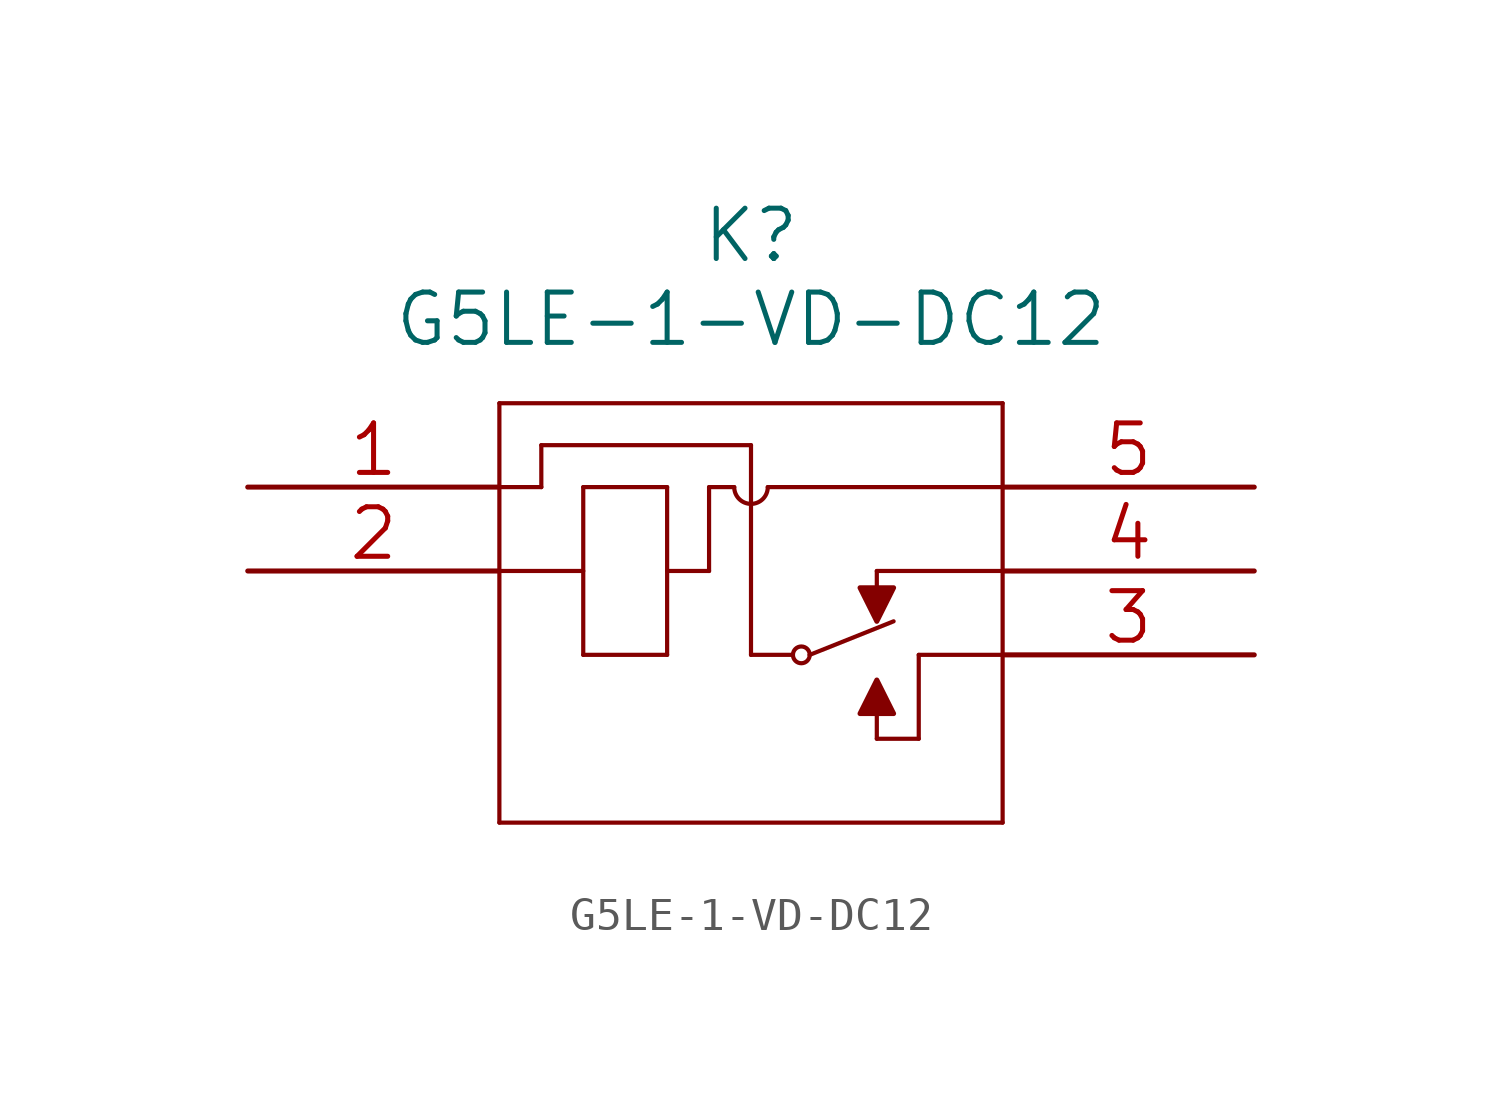
<source format=kicad_sym>
(kicad_symbol_lib
  (version 20211014)
  (generator kicad_symbol_editor)
  (symbol "G5LE-1-VD-DC12"
    (pin_names
      (offset 0.254) hide)
    (property "Reference" "K"
      (at 15.24 7.62 0)
      (effects (font (size 1.524 1.524))))
    (property "Value" "G5LE-1-VD-DC12"
      (at 15.24 5.08 0)
      (effects (font (size 1.524 1.524))))
    (property "Datasheet" ""
      (at 0 0 0)
      (effects (font (size 1.524 1.524))))
    (property "ki_locked" ""
      (at 0 0 0)
      (effects (font (size 1.27 1.27))))
    (symbol "G5LE-1-VD-DC12_1_1"
      (polyline (pts (xy 7.62 -10.16) (xy 22.86 -10.16)) (stroke (width 0.127) (type default) (color 0 0 0 0)) (fill (type none)))
      (polyline (pts (xy 7.62 -2.54) (xy 10.16 -2.54)) (stroke (width 0.127) (type default) (color 0 0 0 0)) (fill (type none)))
      (polyline (pts (xy 7.62 0) (xy 8.89 0)) (stroke (width 0.127) (type default) (color 0 0 0 0)) (fill (type none)))
      (polyline (pts (xy 7.62 2.54) (xy 7.62 -10.16)) (stroke (width 0.127) (type default) (color 0 0 0 0)) (fill (type none)))
      (polyline (pts (xy 8.89 0) (xy 8.89 1.27)) (stroke (width 0.127) (type default) (color 0 0 0 0)) (fill (type none)))
      (polyline (pts (xy 8.89 1.27) (xy 15.24 1.27)) (stroke (width 0.127) (type default) (color 0 0 0 0)) (fill (type none)))
      (polyline (pts (xy 10.16 -5.08) (xy 12.7 -5.08)) (stroke (width 0.127) (type default) (color 0 0 0 0)) (fill (type none)))
      (polyline (pts (xy 10.16 0) (xy 10.16 -5.08)) (stroke (width 0.127) (type default) (color 0 0 0 0)) (fill (type none)))
      (polyline (pts (xy 12.7 -5.08) (xy 12.7 0)) (stroke (width 0.127) (type default) (color 0 0 0 0)) (fill (type none)))
      (polyline (pts (xy 12.7 -2.54) (xy 13.97 -2.54)) (stroke (width 0.127) (type default) (color 0 0 0 0)) (fill (type none)))
      (polyline (pts (xy 12.7 0) (xy 10.16 0)) (stroke (width 0.127) (type default) (color 0 0 0 0)) (fill (type none)))
      (polyline (pts (xy 13.97 -2.54) (xy 13.97 0)) (stroke (width 0.127) (type default) (color 0 0 0 0)) (fill (type none)))
      (polyline (pts (xy 13.97 0) (xy 14.732 0)) (stroke (width 0.127) (type default) (color 0 0 0 0)) (fill (type none)))
      (polyline (pts (xy 15.24 -5.08) (xy 16.51 -5.08)) (stroke (width 0.127) (type default) (color 0 0 0 0)) (fill (type none)))
      (polyline (pts (xy 15.24 1.27) (xy 15.24 -5.08)) (stroke (width 0.127) (type default) (color 0 0 0 0)) (fill (type none)))
      (polyline (pts (xy 17.018 -5.08) (xy 19.558 -4.064)) (stroke (width 0.127) (type default) (color 0 0 0 0)) (fill (type none)))
      (polyline (pts (xy 19.05 -7.62) (xy 19.05 -6.35)) (stroke (width 0.127) (type default) (color 0 0 0 0)) (fill (type none)))
      (polyline (pts (xy 19.05 -7.62) (xy 20.32 -7.62)) (stroke (width 0.127) (type default) (color 0 0 0 0)) (fill (type none)))
      (polyline (pts (xy 19.05 -2.54) (xy 19.05 -3.81)) (stroke (width 0.127) (type default) (color 0 0 0 0)) (fill (type none)))
      (polyline (pts (xy 19.05 -2.54) (xy 22.86 -2.54)) (stroke (width 0.127) (type default) (color 0 0 0 0)) (fill (type none)))
      (polyline (pts (xy 20.32 -7.62) (xy 20.32 -5.08)) (stroke (width 0.127) (type default) (color 0 0 0 0)) (fill (type none)))
      (polyline (pts (xy 22.86 -10.16) (xy 22.86 2.54)) (stroke (width 0.127) (type default) (color 0 0 0 0)) (fill (type none)))
      (polyline (pts (xy 22.86 -5.08) (xy 20.32 -5.08)) (stroke (width 0.127) (type default) (color 0 0 0 0)) (fill (type none)))
      (polyline (pts (xy 22.86 0) (xy 15.748 0)) (stroke (width 0.127) (type default) (color 0 0 0 0)) (fill (type none)))
      (polyline (pts (xy 22.86 2.54) (xy 7.62 2.54)) (stroke (width 0.127) (type default) (color 0 0 0 0)) (fill (type none)))
      (polyline (pts (xy 19.05 -5.842) (xy 18.542 -6.858) (xy 19.558 -6.858) (xy 19.05 -5.842)) (stroke (width 0) (type default) (color 0 0 0 0)) (fill (type outline)))
      (polyline (pts (xy 19.05 -4.064) (xy 19.558 -3.048) (xy 18.542 -3.048) (xy 19.05 -4.064)) (stroke (width 0) (type default) (color 0 0 0 0)) (fill (type outline)))
      (arc (start 14.732 0) (mid 15.24 -0.508) (end 15.748 0) (stroke (width 0.127) (type default) (color 0 0 0 0)) (fill (type none)))
      (circle (center 16.764 -5.08) (radius 0.254) (stroke (width 0.127) (type default) (color 0 0 0 0)) (fill (type none)))
      (arc (start 17.018 -5.08) (mid 16.51 -5.08) (end 17.018 -5.08) (stroke (width 0.127) (type default) (color 0 0 0 0)) (fill (type none)))
      (pin unspecified line (at 0 0 0) (length 7.62) (name "1" (effects (font (size 1.499 1.499)))) (number "1" (effects (font (size 1.499 1.499)))))
      (pin unspecified line (at 0 -2.54 0) (length 7.62) (name "2" (effects (font (size 1.499 1.499)))) (number "2" (effects (font (size 1.499 1.499)))))
      (pin unspecified line (at 30.48 -5.08 180) (length 7.62) (name "3" (effects (font (size 1.499 1.499)))) (number "3" (effects (font (size 1.499 1.499)))))
      (pin unspecified line (at 30.48 -2.54 180) (length 7.62) (name "4" (effects (font (size 1.499 1.499)))) (number "4" (effects (font (size 1.499 1.499)))))
      (pin unspecified line (at 30.48 0 180) (length 7.62) (name "5" (effects (font (size 1.499 1.499)))) (number "5" (effects (font (size 1.499 1.499))))))))
</source>
